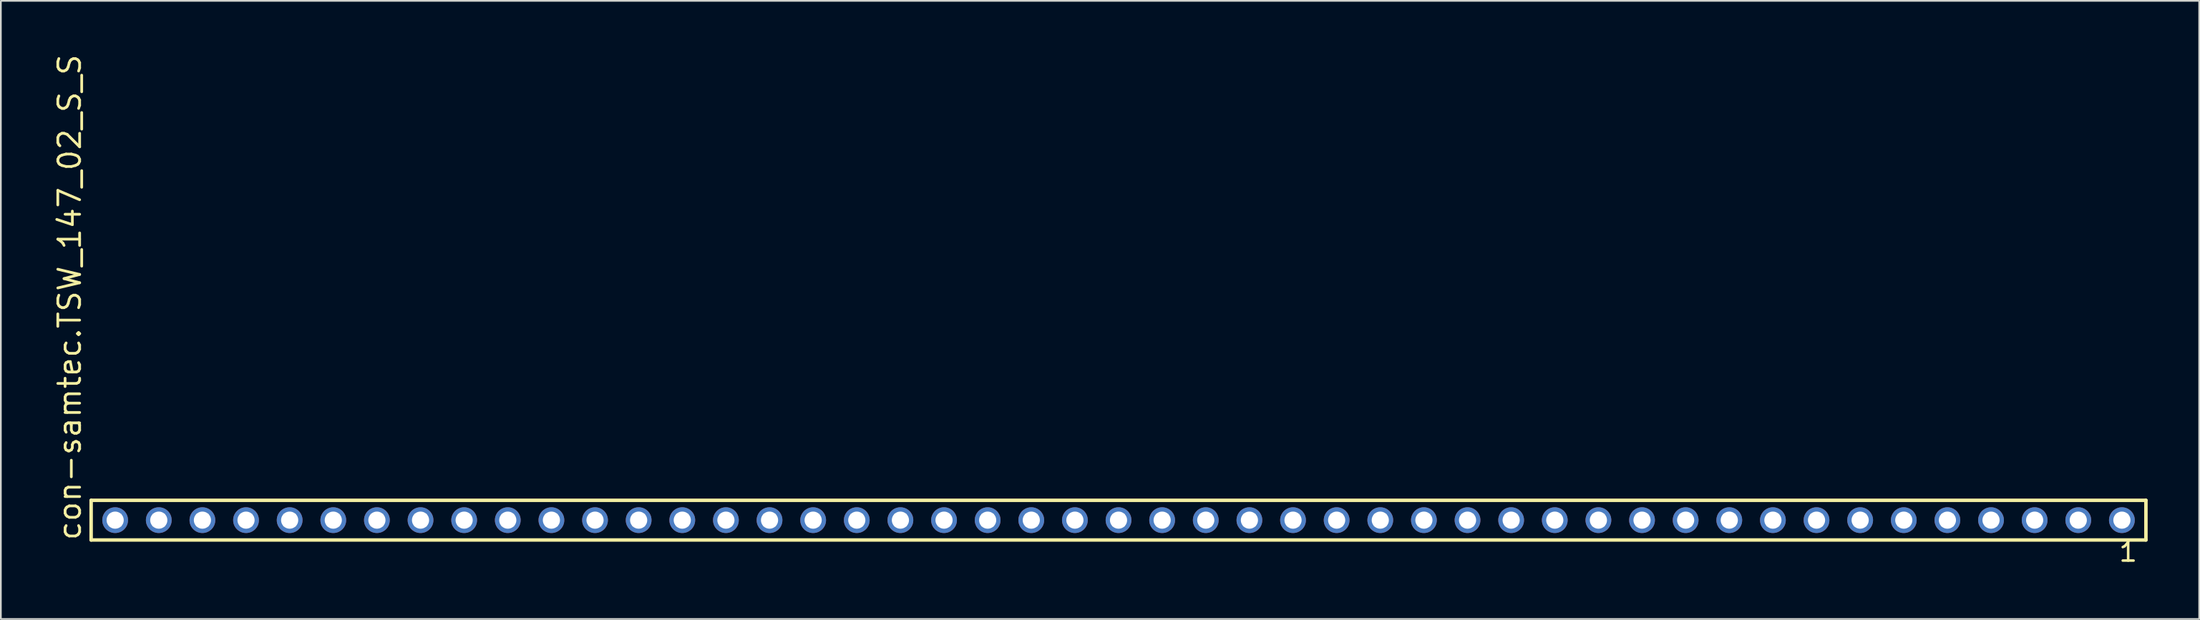
<source format=kicad_pcb>
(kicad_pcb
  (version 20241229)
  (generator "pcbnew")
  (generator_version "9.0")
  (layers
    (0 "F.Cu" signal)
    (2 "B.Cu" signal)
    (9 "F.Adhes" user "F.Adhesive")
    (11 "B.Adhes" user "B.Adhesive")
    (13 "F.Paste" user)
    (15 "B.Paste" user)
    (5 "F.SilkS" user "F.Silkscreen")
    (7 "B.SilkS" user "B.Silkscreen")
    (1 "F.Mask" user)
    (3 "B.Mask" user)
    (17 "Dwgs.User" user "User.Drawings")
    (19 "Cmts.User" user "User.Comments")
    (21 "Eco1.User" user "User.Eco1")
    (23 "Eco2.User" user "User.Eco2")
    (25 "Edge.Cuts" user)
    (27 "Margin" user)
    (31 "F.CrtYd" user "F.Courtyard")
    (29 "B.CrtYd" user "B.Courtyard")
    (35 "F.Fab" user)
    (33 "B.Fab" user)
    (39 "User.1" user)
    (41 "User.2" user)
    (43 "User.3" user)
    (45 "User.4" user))
  (footprint "con-samtec.TSW_147_02_S_S"
    (layer "F.Cu")
    (at 62.075 27.259)
    (property "Reference" "con-samtec.TSW_147_02_S_S" (at -60.325 1.27 90) (layer "F.SilkS") (effects (font (size 1.27 1.27) (thickness 0.16)) (justify left bottom)))
    (attr through_hole)
    (fp_line (start -59.819 -1.155) (end 59.819 -1.155) (stroke (width 0.203) (type default)) (layer "F.SilkS"))
    (fp_line (start -59.819 1.155) (end -59.819 -1.155) (stroke (width 0.203) (type default)) (layer "F.SilkS"))
    (fp_line (start 59.819 -1.155) (end 59.819 1.155) (stroke (width 0.203) (type default)) (layer "F.SilkS"))
    (fp_line (start 59.819 1.155) (end -59.819 1.155) (stroke (width 0.203) (type default)) (layer "F.SilkS"))
    (fp_rect (start -58.77 0.35) (end -58.07 -0.35) (stroke (width 0.05) (type default)) (fill no) (layer "F.Fab"))
    (fp_rect (start -56.23 0.35) (end -55.53 -0.35) (stroke (width 0.05) (type default)) (fill no) (layer "F.Fab"))
    (fp_rect (start -53.69 0.35) (end -52.99 -0.35) (stroke (width 0.05) (type default)) (fill no) (layer "F.Fab"))
    (fp_rect (start -51.15 0.35) (end -50.45 -0.35) (stroke (width 0.05) (type default)) (fill no) (layer "F.Fab"))
    (fp_rect (start -48.61 0.35) (end -47.91 -0.35) (stroke (width 0.05) (type default)) (fill no) (layer "F.Fab"))
    (fp_rect (start -46.07 0.35) (end -45.37 -0.35) (stroke (width 0.05) (type default)) (fill no) (layer "F.Fab"))
    (fp_rect (start -43.53 0.35) (end -42.83 -0.35) (stroke (width 0.05) (type default)) (fill no) (layer "F.Fab"))
    (fp_rect (start -40.99 0.35) (end -40.29 -0.35) (stroke (width 0.05) (type default)) (fill no) (layer "F.Fab"))
    (fp_rect (start -38.45 0.35) (end -37.75 -0.35) (stroke (width 0.05) (type default)) (fill no) (layer "F.Fab"))
    (fp_rect (start -35.91 0.35) (end -35.21 -0.35) (stroke (width 0.05) (type default)) (fill no) (layer "F.Fab"))
    (fp_rect (start -33.37 0.35) (end -32.67 -0.35) (stroke (width 0.05) (type default)) (fill no) (layer "F.Fab"))
    (fp_rect (start -30.83 0.35) (end -30.13 -0.35) (stroke (width 0.05) (type default)) (fill no) (layer "F.Fab"))
    (fp_rect (start -28.29 0.35) (end -27.59 -0.35) (stroke (width 0.05) (type default)) (fill no) (layer "F.Fab"))
    (fp_rect (start -25.75 0.35) (end -25.05 -0.35) (stroke (width 0.05) (type default)) (fill no) (layer "F.Fab"))
    (fp_rect (start -23.21 0.35) (end -22.51 -0.35) (stroke (width 0.05) (type default)) (fill no) (layer "F.Fab"))
    (fp_rect (start -20.67 0.35) (end -19.97 -0.35) (stroke (width 0.05) (type default)) (fill no) (layer "F.Fab"))
    (fp_rect (start -18.13 0.35) (end -17.43 -0.35) (stroke (width 0.05) (type default)) (fill no) (layer "F.Fab"))
    (fp_rect (start -15.59 0.35) (end -14.89 -0.35) (stroke (width 0.05) (type default)) (fill no) (layer "F.Fab"))
    (fp_rect (start -13.05 0.35) (end -12.35 -0.35) (stroke (width 0.05) (type default)) (fill no) (layer "F.Fab"))
    (fp_rect (start -10.51 0.35) (end -9.81 -0.35) (stroke (width 0.05) (type default)) (fill no) (layer "F.Fab"))
    (fp_rect (start -7.97 0.35) (end -7.27 -0.35) (stroke (width 0.05) (type default)) (fill no) (layer "F.Fab"))
    (fp_rect (start -5.43 0.35) (end -4.73 -0.35) (stroke (width 0.05) (type default)) (fill no) (layer "F.Fab"))
    (fp_rect (start -2.89 0.35) (end -2.19 -0.35) (stroke (width 0.05) (type default)) (fill no) (layer "F.Fab"))
    (fp_rect (start -0.35 0.35) (end 0.35 -0.35) (stroke (width 0.05) (type default)) (fill no) (layer "F.Fab"))
    (fp_rect (start 2.19 0.35) (end 2.89 -0.35) (stroke (width 0.05) (type default)) (fill no) (layer "F.Fab"))
    (fp_rect (start 4.73 0.35) (end 5.43 -0.35) (stroke (width 0.05) (type default)) (fill no) (layer "F.Fab"))
    (fp_rect (start 7.27 0.35) (end 7.97 -0.35) (stroke (width 0.05) (type default)) (fill no) (layer "F.Fab"))
    (fp_rect (start 9.81 0.35) (end 10.51 -0.35) (stroke (width 0.05) (type default)) (fill no) (layer "F.Fab"))
    (fp_rect (start 12.35 0.35) (end 13.05 -0.35) (stroke (width 0.05) (type default)) (fill no) (layer "F.Fab"))
    (fp_rect (start 14.89 0.35) (end 15.59 -0.35) (stroke (width 0.05) (type default)) (fill no) (layer "F.Fab"))
    (fp_rect (start 17.43 0.35) (end 18.13 -0.35) (stroke (width 0.05) (type default)) (fill no) (layer "F.Fab"))
    (fp_rect (start 19.97 0.35) (end 20.67 -0.35) (stroke (width 0.05) (type default)) (fill no) (layer "F.Fab"))
    (fp_rect (start 22.51 0.35) (end 23.21 -0.35) (stroke (width 0.05) (type default)) (fill no) (layer "F.Fab"))
    (fp_rect (start 25.05 0.35) (end 25.75 -0.35) (stroke (width 0.05) (type default)) (fill no) (layer "F.Fab"))
    (fp_rect (start 27.59 0.35) (end 28.29 -0.35) (stroke (width 0.05) (type default)) (fill no) (layer "F.Fab"))
    (fp_rect (start 30.13 0.35) (end 30.83 -0.35) (stroke (width 0.05) (type default)) (fill no) (layer "F.Fab"))
    (fp_rect (start 32.67 0.35) (end 33.37 -0.35) (stroke (width 0.05) (type default)) (fill no) (layer "F.Fab"))
    (fp_rect (start 35.21 0.35) (end 35.91 -0.35) (stroke (width 0.05) (type default)) (fill no) (layer "F.Fab"))
    (fp_rect (start 37.75 0.35) (end 38.45 -0.35) (stroke (width 0.05) (type default)) (fill no) (layer "F.Fab"))
    (fp_rect (start 40.29 0.35) (end 40.99 -0.35) (stroke (width 0.05) (type default)) (fill no) (layer "F.Fab"))
    (fp_rect (start 42.83 0.35) (end 43.53 -0.35) (stroke (width 0.05) (type default)) (fill no) (layer "F.Fab"))
    (fp_rect (start 45.37 0.35) (end 46.07 -0.35) (stroke (width 0.05) (type default)) (fill no) (layer "F.Fab"))
    (fp_rect (start 47.91 0.35) (end 48.61 -0.35) (stroke (width 0.05) (type default)) (fill no) (layer "F.Fab"))
    (fp_rect (start 50.45 0.35) (end 51.15 -0.35) (stroke (width 0.05) (type default)) (fill no) (layer "F.Fab"))
    (fp_rect (start 52.99 0.35) (end 53.69 -0.35) (stroke (width 0.05) (type default)) (fill no) (layer "F.Fab"))
    (fp_rect (start 55.53 0.35) (end 56.23 -0.35) (stroke (width 0.05) (type default)) (fill no) (layer "F.Fab"))
    (fp_rect (start 58.07 0.35) (end 58.77 -0.35) (stroke (width 0.05) (type default)) (fill no) (layer "F.Fab"))
    (fp_text user "1" (at 58.162 2.498 0) (layer "F.SilkS") (effects (font (size 1.1 1.1) (thickness 0.15)) (justify left bottom)))
    (pad "1" thru_hole circle (at 58.42 0 180) (size 1.5 1.5) (drill 1) (layers "*.Cu" "*.Mask"))
    (pad "2" thru_hole circle (at 55.88 0 180) (size 1.5 1.5) (drill 1) (layers "*.Cu" "*.Mask"))
    (pad "3" thru_hole circle (at 53.34 0 180) (size 1.5 1.5) (drill 1) (layers "*.Cu" "*.Mask"))
    (pad "4" thru_hole circle (at 50.8 0 180) (size 1.5 1.5) (drill 1) (layers "*.Cu" "*.Mask"))
    (pad "5" thru_hole circle (at 48.26 0 180) (size 1.5 1.5) (drill 1) (layers "*.Cu" "*.Mask"))
    (pad "6" thru_hole circle (at 45.72 0 180) (size 1.5 1.5) (drill 1) (layers "*.Cu" "*.Mask"))
    (pad "7" thru_hole circle (at 43.18 0 180) (size 1.5 1.5) (drill 1) (layers "*.Cu" "*.Mask"))
    (pad "8" thru_hole circle (at 40.64 0 180) (size 1.5 1.5) (drill 1) (layers "*.Cu" "*.Mask"))
    (pad "9" thru_hole circle (at 38.1 0 180) (size 1.5 1.5) (drill 1) (layers "*.Cu" "*.Mask"))
    (pad "10" thru_hole circle (at 35.56 0 180) (size 1.5 1.5) (drill 1) (layers "*.Cu" "*.Mask"))
    (pad "11" thru_hole circle (at 33.02 0 180) (size 1.5 1.5) (drill 1) (layers "*.Cu" "*.Mask"))
    (pad "12" thru_hole circle (at 30.48 0 180) (size 1.5 1.5) (drill 1) (layers "*.Cu" "*.Mask"))
    (pad "13" thru_hole circle (at 27.94 0 180) (size 1.5 1.5) (drill 1) (layers "*.Cu" "*.Mask"))
    (pad "14" thru_hole circle (at 25.4 0 180) (size 1.5 1.5) (drill 1) (layers "*.Cu" "*.Mask"))
    (pad "15" thru_hole circle (at 22.86 0 180) (size 1.5 1.5) (drill 1) (layers "*.Cu" "*.Mask"))
    (pad "16" thru_hole circle (at 20.32 0 180) (size 1.5 1.5) (drill 1) (layers "*.Cu" "*.Mask"))
    (pad "17" thru_hole circle (at 17.78 0 180) (size 1.5 1.5) (drill 1) (layers "*.Cu" "*.Mask"))
    (pad "18" thru_hole circle (at 15.24 0 180) (size 1.5 1.5) (drill 1) (layers "*.Cu" "*.Mask"))
    (pad "19" thru_hole circle (at 12.7 0 180) (size 1.5 1.5) (drill 1) (layers "*.Cu" "*.Mask"))
    (pad "20" thru_hole circle (at 10.16 0 180) (size 1.5 1.5) (drill 1) (layers "*.Cu" "*.Mask"))
    (pad "21" thru_hole circle (at 7.62 0 180) (size 1.5 1.5) (drill 1) (layers "*.Cu" "*.Mask"))
    (pad "22" thru_hole circle (at 5.08 0 180) (size 1.5 1.5) (drill 1) (layers "*.Cu" "*.Mask"))
    (pad "23" thru_hole circle (at 2.54 0 180) (size 1.5 1.5) (drill 1) (layers "*.Cu" "*.Mask"))
    (pad "24" thru_hole circle (at 0 0 180) (size 1.5 1.5) (drill 1) (layers "*.Cu" "*.Mask"))
    (pad "25" thru_hole circle (at -2.54 0 180) (size 1.5 1.5) (drill 1) (layers "*.Cu" "*.Mask"))
    (pad "26" thru_hole circle (at -5.08 0 180) (size 1.5 1.5) (drill 1) (layers "*.Cu" "*.Mask"))
    (pad "27" thru_hole circle (at -7.62 0 180) (size 1.5 1.5) (drill 1) (layers "*.Cu" "*.Mask"))
    (pad "28" thru_hole circle (at -10.16 0 180) (size 1.5 1.5) (drill 1) (layers "*.Cu" "*.Mask"))
    (pad "29" thru_hole circle (at -12.7 0 180) (size 1.5 1.5) (drill 1) (layers "*.Cu" "*.Mask"))
    (pad "30" thru_hole circle (at -15.24 0 180) (size 1.5 1.5) (drill 1) (layers "*.Cu" "*.Mask"))
    (pad "31" thru_hole circle (at -17.78 0 180) (size 1.5 1.5) (drill 1) (layers "*.Cu" "*.Mask"))
    (pad "32" thru_hole circle (at -20.32 0 180) (size 1.5 1.5) (drill 1) (layers "*.Cu" "*.Mask"))
    (pad "33" thru_hole circle (at -22.86 0 180) (size 1.5 1.5) (drill 1) (layers "*.Cu" "*.Mask"))
    (pad "34" thru_hole circle (at -25.4 0 180) (size 1.5 1.5) (drill 1) (layers "*.Cu" "*.Mask"))
    (pad "35" thru_hole circle (at -27.94 0 180) (size 1.5 1.5) (drill 1) (layers "*.Cu" "*.Mask"))
    (pad "36" thru_hole circle (at -30.48 0 180) (size 1.5 1.5) (drill 1) (layers "*.Cu" "*.Mask"))
    (pad "37" thru_hole circle (at -33.02 0 180) (size 1.5 1.5) (drill 1) (layers "*.Cu" "*.Mask"))
    (pad "38" thru_hole circle (at -35.56 0 180) (size 1.5 1.5) (drill 1) (layers "*.Cu" "*.Mask"))
    (pad "39" thru_hole circle (at -38.1 0 180) (size 1.5 1.5) (drill 1) (layers "*.Cu" "*.Mask"))
    (pad "40" thru_hole circle (at -40.64 0 180) (size 1.5 1.5) (drill 1) (layers "*.Cu" "*.Mask"))
    (pad "41" thru_hole circle (at -43.18 0 180) (size 1.5 1.5) (drill 1) (layers "*.Cu" "*.Mask"))
    (pad "42" thru_hole circle (at -45.72 0 180) (size 1.5 1.5) (drill 1) (layers "*.Cu" "*.Mask"))
    (pad "43" thru_hole circle (at -48.26 0 180) (size 1.5 1.5) (drill 1) (layers "*.Cu" "*.Mask"))
    (pad "44" thru_hole circle (at -50.8 0 180) (size 1.5 1.5) (drill 1) (layers "*.Cu" "*.Mask"))
    (pad "45" thru_hole circle (at -53.34 0 180) (size 1.5 1.5) (drill 1) (layers "*.Cu" "*.Mask"))
    (pad "46" thru_hole circle (at -55.88 0 180) (size 1.5 1.5) (drill 1) (layers "*.Cu" "*.Mask"))
    (pad "47" thru_hole circle (at -58.42 0 180) (size 1.5 1.5) (drill 1) (layers "*.Cu" "*.Mask")))
  (gr_rect
    (start -3 -3)
    (end 124.996 33.02)
    (stroke (width 0.1) (type default))
    (fill no)
    (layer "Edge.Cuts")))
</source>
